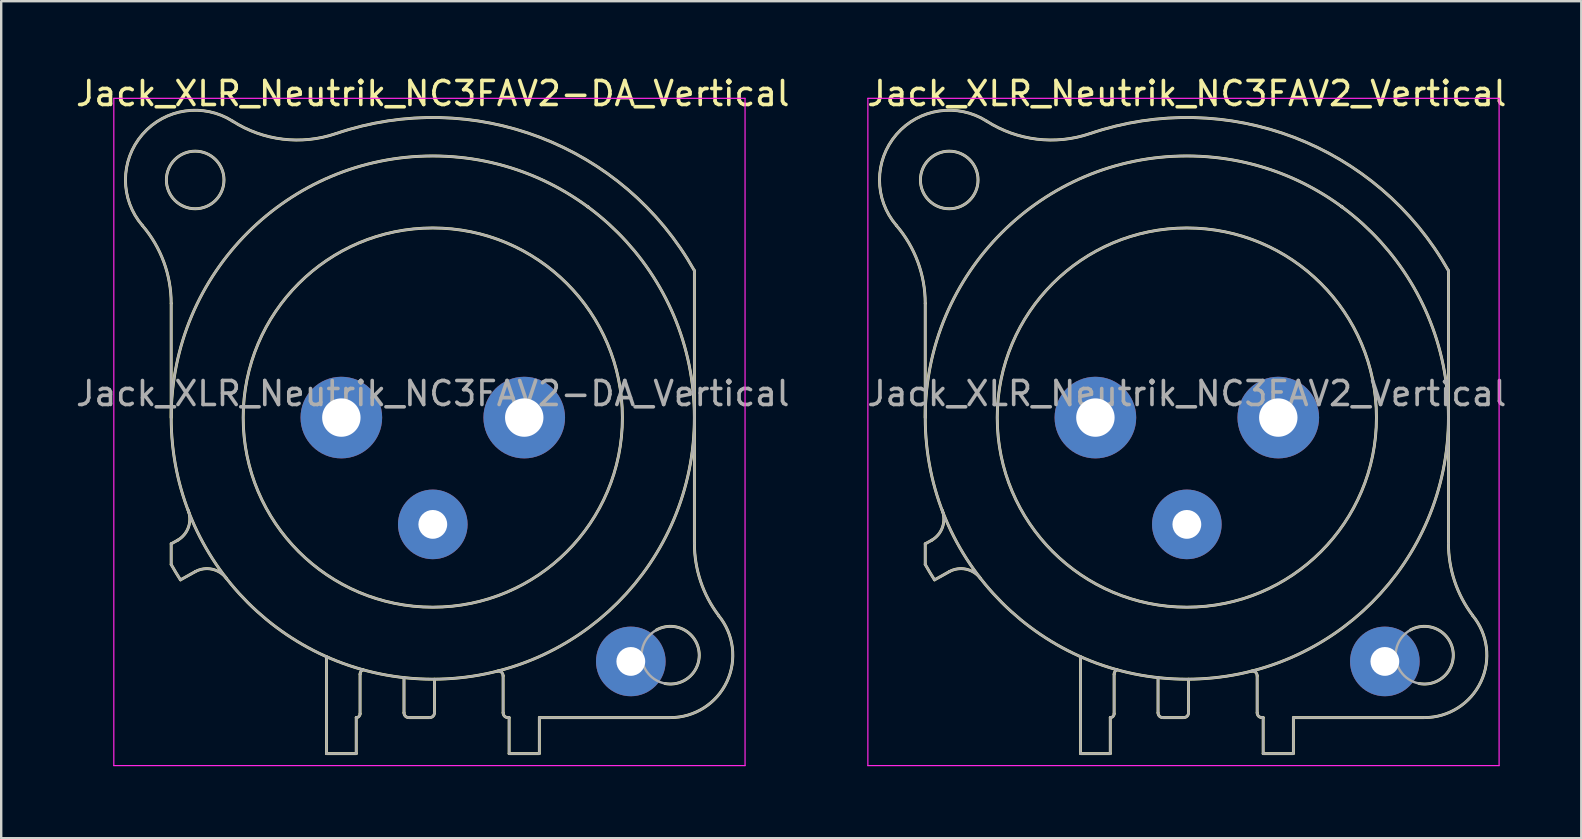
<source format=kicad_pcb>
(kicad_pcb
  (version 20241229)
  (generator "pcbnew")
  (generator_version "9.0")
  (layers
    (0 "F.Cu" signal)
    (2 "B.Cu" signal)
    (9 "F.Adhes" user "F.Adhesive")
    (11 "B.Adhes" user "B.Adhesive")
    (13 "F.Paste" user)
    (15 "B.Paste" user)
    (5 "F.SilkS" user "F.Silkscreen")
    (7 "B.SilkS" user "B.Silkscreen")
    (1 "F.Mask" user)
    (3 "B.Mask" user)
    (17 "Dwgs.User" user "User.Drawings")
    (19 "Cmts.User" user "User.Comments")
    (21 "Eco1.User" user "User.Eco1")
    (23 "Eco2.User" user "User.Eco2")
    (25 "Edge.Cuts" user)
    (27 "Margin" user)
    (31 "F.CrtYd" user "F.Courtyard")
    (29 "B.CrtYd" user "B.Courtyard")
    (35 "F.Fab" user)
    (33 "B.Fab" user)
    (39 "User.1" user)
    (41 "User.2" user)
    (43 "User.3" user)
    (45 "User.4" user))
  (footprint "Jack_XLR_Neutrik_NC3FAV2-DA_Vertical"
    (layer "F.Cu")
    (at 18.792 14.348)
    (property "Reference" "Jack_XLR_Neutrik_NC3FAV2-DA_Vertical" (at -3.81 -13.5 0) (layer "F.SilkS") (effects (font (size 1 1) (thickness 0.15))))
    (attr through_hole)
    (fp_line (start -14.71 0) (end -14.71 -4.76) (stroke (width 0.12) (type solid)) (layer "F.SilkS"))
    (fp_line (start -14.71 5.26) (end -14.71 6.12) (stroke (width 0.12) (type solid)) (layer "F.SilkS"))
    (fp_line (start -14.44 5.11) (end -14.71 5.26) (stroke (width 0.12) (type solid)) (layer "F.SilkS"))
    (fp_line (start -14.32 6.76) (end -13.71 6.42) (stroke (width 0.12) (type solid)) (layer "F.SilkS"))
    (fp_line (start -8.24 9.96) (end -8.24 14) (stroke (width 0.12) (type solid)) (layer "F.SilkS"))
    (fp_line (start -7 12.5) (end -7 14) (stroke (width 0.12) (type solid)) (layer "F.SilkS"))
    (fp_line (start -7 14) (end -8.24 14) (stroke (width 0.12) (type solid)) (layer "F.SilkS"))
    (fp_line (start -6.84 12.34) (end -6.84 10.69) (stroke (width 0.12) (type solid)) (layer "F.SilkS"))
    (fp_line (start -5.01 10.83) (end -5.01 12.3) (stroke (width 0.12) (type solid)) (layer "F.SilkS"))
    (fp_line (start -3.94 12.5) (end -4.81 12.5) (stroke (width 0.12) (type solid)) (layer "F.SilkS"))
    (fp_line (start -3.74 10.9) (end -3.74 12.3) (stroke (width 0.12) (type solid)) (layer "F.SilkS"))
    (fp_line (start -0.88 12.3) (end -0.88 10.76) (stroke (width 0.12) (type solid)) (layer "F.SilkS"))
    (fp_line (start -0.63 12.5) (end -0.68 12.5) (stroke (width 0.12) (type solid)) (layer "F.SilkS"))
    (fp_line (start -0.63 12.5) (end -0.63 14) (stroke (width 0.12) (type solid)) (layer "F.SilkS"))
    (fp_line (start 0.62 14) (end -0.63 14) (stroke (width 0.12) (type solid)) (layer "F.SilkS"))
    (fp_line (start 0.63 12.5) (end 6.09 12.5) (stroke (width 0.12) (type solid)) (layer "F.SilkS"))
    (fp_line (start 0.63 14) (end 0.63 12.5) (stroke (width 0.12) (type solid)) (layer "F.SilkS"))
    (fp_line (start 7.09 5.24) (end 7.09 -6.12) (stroke (width 0.12) (type solid)) (layer "F.SilkS"))
    (fp_arc (start -15.908829 -8.000856) (mid -15.019313 -6.48774) (end -14.71 -4.76) (stroke (width 0.12) (type solid)) (layer "F.SilkS"))
    (fp_arc (start -15.908236 -8.001617) (mid -15.907486 -11.799251) (end -12.15 -12.35) (stroke (width 0.12) (type solid)) (layer "F.SilkS"))
    (fp_arc (start -14.32314 6.763008) (mid -14.521396 6.444407) (end -14.71 6.12) (stroke (width 0.12) (type solid)) (layer "F.SilkS"))
    (fp_arc (start -14.004283 3.855674) (mid -13.989213 4.56375) (end -14.44 5.11) (stroke (width 0.12) (type solid)) (layer "F.SilkS"))
    (fp_arc (start -13.71 6.42) (mid -13.01025 6.315915) (end -12.412202 6.693832) (stroke (width 0.12) (type solid)) (layer "F.SilkS"))
    (fp_arc (start -7.848035 -11.831177) (mid -10.058192 -11.599923) (end -12.15 -12.35) (stroke (width 0.12) (type solid)) (layer "F.SilkS"))
    (fp_arc (start -7.841153 -11.83276) (mid 0.657009 -11.675197) (end 7.09 -6.12) (stroke (width 0.12) (type solid)) (layer "F.SilkS"))
    (fp_arc (start -6.84 10.69) (mid -6.803713 10.578321) (end -6.708713 10.509299) (stroke (width 0.12) (type solid)) (layer "F.SilkS"))
    (fp_arc (start -6.84 12.34) (mid -6.886863 12.453137) (end -7 12.5) (stroke (width 0.12) (type solid)) (layer "F.SilkS"))
    (fp_arc (start -4.81 12.5) (mid -4.951421 12.441421) (end -5.01 12.3) (stroke (width 0.12) (type solid)) (layer "F.SilkS"))
    (fp_arc (start -3.74 12.3) (mid -3.798579 12.441421) (end -3.94 12.5) (stroke (width 0.12) (type solid)) (layer "F.SilkS"))
    (fp_arc (start -1.1294 10.566197) (mid -0.957281 10.602076) (end -0.88 10.76) (stroke (width 0.12) (type solid)) (layer "F.SilkS"))
    (fp_arc (start -0.68 12.5) (mid -0.821421 12.441421) (end -0.88 12.3) (stroke (width 0.12) (type solid)) (layer "F.SilkS"))
    (fp_arc (start 2.636924 -8.782671) (mid 2.628394 -8.791269) (end 2.62 -8.8) (stroke (width 0.12) (type solid)) (layer "F.SilkS"))
    (fp_arc (start 2.680052 -8.767734) (mid 2.65973 -8.7835) (end 2.64 -8.8) (stroke (width 0.12) (type solid)) (layer "F.SilkS"))
    (fp_arc (start 5.507701 8.848226) (mid 7.277502 9.712546) (end 5.86 11.08) (stroke (width 0.12) (type solid)) (layer "F.SilkS"))
    (fp_arc (start 8.095865 8.245761) (mid 8.441704 11.008824) (end 6.09 12.5) (stroke (width 0.12) (type solid)) (layer "F.SilkS"))
    (fp_arc (start 8.098032 8.243976) (mid 7.348729 6.824298) (end 7.09 5.24) (stroke (width 0.12) (type solid)) (layer "F.SilkS"))
    (fp_circle (center -13.71 -9.9) (end -12.51 -9.9) (stroke (width 0.12) (type solid)) (fill no) (layer "F.SilkS"))
    (fp_circle (center -3.81 0) (end 4.09 0) (stroke (width 0.12) (type solid)) (fill no) (layer "F.SilkS"))
    (fp_circle (center -3.81 0) (end 7.09 0) (stroke (width 0.12) (type solid)) (fill no) (layer "F.SilkS"))
    (fp_line (start -17.1 -13.3) (end 9.2 -13.3) (stroke (width 0.05) (type solid)) (layer "F.CrtYd"))
    (fp_line (start -17.1 14.5) (end -17.1 -13.3) (stroke (width 0.05) (type solid)) (layer "F.CrtYd"))
    (fp_line (start 9.2 -13.3) (end 9.2 14.5) (stroke (width 0.05) (type solid)) (layer "F.CrtYd"))
    (fp_line (start 9.2 14.5) (end -17.1 14.5) (stroke (width 0.05) (type solid)) (layer "F.CrtYd"))
    (fp_line (start -14.71 0) (end -14.71 -4.76) (stroke (width 0.1) (type solid)) (layer "F.Fab"))
    (fp_line (start -14.71 5.26) (end -14.71 6.12) (stroke (width 0.1) (type solid)) (layer "F.Fab"))
    (fp_line (start -14.44 5.11) (end -14.71 5.26) (stroke (width 0.1) (type solid)) (layer "F.Fab"))
    (fp_line (start -14.32 6.76) (end -13.71 6.42) (stroke (width 0.1) (type solid)) (layer "F.Fab"))
    (fp_line (start -8.24 9.96) (end -8.24 14) (stroke (width 0.1) (type solid)) (layer "F.Fab"))
    (fp_line (start -7 12.5) (end -7 14) (stroke (width 0.1) (type solid)) (layer "F.Fab"))
    (fp_line (start -7 14) (end -8.24 14) (stroke (width 0.1) (type solid)) (layer "F.Fab"))
    (fp_line (start -6.84 12.34) (end -6.84 10.69) (stroke (width 0.1) (type solid)) (layer "F.Fab"))
    (fp_line (start -5.01 10.83) (end -5.01 12.3) (stroke (width 0.1) (type solid)) (layer "F.Fab"))
    (fp_line (start -3.94 12.5) (end -4.81 12.5) (stroke (width 0.1) (type solid)) (layer "F.Fab"))
    (fp_line (start -3.74 10.9) (end -3.74 12.3) (stroke (width 0.1) (type solid)) (layer "F.Fab"))
    (fp_line (start -0.88 12.3) (end -0.88 10.76) (stroke (width 0.1) (type solid)) (layer "F.Fab"))
    (fp_line (start -0.63 12.5) (end -0.68 12.5) (stroke (width 0.1) (type solid)) (layer "F.Fab"))
    (fp_line (start -0.63 12.5) (end -0.63 14) (stroke (width 0.1) (type solid)) (layer "F.Fab"))
    (fp_line (start 0.62 14) (end -0.63 14) (stroke (width 0.1) (type solid)) (layer "F.Fab"))
    (fp_line (start 0.63 12.5) (end 6.09 12.5) (stroke (width 0.1) (type solid)) (layer "F.Fab"))
    (fp_line (start 0.63 14) (end 0.63 12.5) (stroke (width 0.1) (type solid)) (layer "F.Fab"))
    (fp_line (start 7.09 5.24) (end 7.09 -6.12) (stroke (width 0.1) (type solid)) (layer "F.Fab"))
    (fp_arc (start -15.908829 -8.000856) (mid -15.019313 -6.48774) (end -14.71 -4.76) (stroke (width 0.1) (type solid)) (layer "F.Fab"))
    (fp_arc (start -15.908236 -8.001617) (mid -15.907486 -11.799251) (end -12.15 -12.35) (stroke (width 0.1) (type solid)) (layer "F.Fab"))
    (fp_arc (start -14.32314 6.763008) (mid -14.521396 6.444407) (end -14.71 6.12) (stroke (width 0.1) (type solid)) (layer "F.Fab"))
    (fp_arc (start -14.004283 3.855674) (mid -13.989213 4.56375) (end -14.44 5.11) (stroke (width 0.1) (type solid)) (layer "F.Fab"))
    (fp_arc (start -13.71 6.42) (mid -13.01025 6.315915) (end -12.412202 6.693832) (stroke (width 0.1) (type solid)) (layer "F.Fab"))
    (fp_arc (start -7.848035 -11.831177) (mid -10.058192 -11.599923) (end -12.15 -12.35) (stroke (width 0.1) (type solid)) (layer "F.Fab"))
    (fp_arc (start -7.841153 -11.83276) (mid 0.657009 -11.675197) (end 7.09 -6.12) (stroke (width 0.1) (type solid)) (layer "F.Fab"))
    (fp_arc (start -6.84 10.69) (mid -6.803713 10.578321) (end -6.708713 10.509299) (stroke (width 0.1) (type solid)) (layer "F.Fab"))
    (fp_arc (start -6.84 12.34) (mid -6.886863 12.453137) (end -7 12.5) (stroke (width 0.1) (type solid)) (layer "F.Fab"))
    (fp_arc (start -4.81 12.5) (mid -4.951421 12.441421) (end -5.01 12.3) (stroke (width 0.1) (type solid)) (layer "F.Fab"))
    (fp_arc (start -3.74 12.3) (mid -3.798579 12.441421) (end -3.94 12.5) (stroke (width 0.1) (type solid)) (layer "F.Fab"))
    (fp_arc (start -1.1294 10.566197) (mid -0.957281 10.602076) (end -0.88 10.76) (stroke (width 0.1) (type solid)) (layer "F.Fab"))
    (fp_arc (start -0.68 12.5) (mid -0.821421 12.441421) (end -0.88 12.3) (stroke (width 0.1) (type solid)) (layer "F.Fab"))
    (fp_arc (start 2.636924 -8.782671) (mid 2.628394 -8.791269) (end 2.62 -8.8) (stroke (width 0.1) (type solid)) (layer "F.Fab"))
    (fp_arc (start 2.680052 -8.767734) (mid 2.65973 -8.7835) (end 2.64 -8.8) (stroke (width 0.1) (type solid)) (layer "F.Fab"))
    (fp_arc (start 8.095865 8.245761) (mid 8.441704 11.008824) (end 6.09 12.5) (stroke (width 0.1) (type solid)) (layer "F.Fab"))
    (fp_arc (start 8.098032 8.243976) (mid 7.348729 6.824298) (end 7.09 5.24) (stroke (width 0.1) (type solid)) (layer "F.Fab"))
    (fp_circle (center -13.71 -9.9) (end -12.51 -9.9) (stroke (width 0.1) (type solid)) (fill no) (layer "F.Fab"))
    (fp_circle (center -3.81 0) (end 4.09 0) (stroke (width 0.1) (type solid)) (fill no) (layer "F.Fab"))
    (fp_circle (center -3.81 0) (end 7.09 0) (stroke (width 0.1) (type solid)) (fill no) (layer "F.Fab"))
    (fp_circle (center 6.09 9.9) (end 7.29 9.9) (stroke (width 0.1) (type solid)) (fill no) (layer "F.Fab"))
    (fp_text user "${REFERENCE}" (at -3.81 -1 0) (layer "F.Fab") (effects (font (size 1 1) (thickness 0.15))))
    (pad "1" thru_hole circle (at 0 0) (size 3.4 3.4) (drill 1.6) (layers "*.Cu" "*.Mask"))
    (pad "2" thru_hole circle (at -7.62 0) (size 3.4 3.4) (drill 1.6) (layers "*.Cu" "*.Mask"))
    (pad "3" thru_hole circle (at -3.81 4.45) (size 2.9 2.9) (drill 1.2) (layers "*.Cu" "*.Mask"))
    (pad "G" thru_hole circle (at 4.44 10.16) (size 2.9 2.9) (drill 1.2) (layers "*.Cu" "*.Mask")))
  (footprint "Jack_XLR_Neutrik_NC3FAV2_Vertical"
    (layer "F.Cu")
    (at 50.209 14.348)
    (property "Reference" "Jack_XLR_Neutrik_NC3FAV2_Vertical" (at -3.81 -13.5 0) (layer "F.SilkS") (effects (font (size 1 1) (thickness 0.15))))
    (attr through_hole)
    (fp_line (start -14.71 0) (end -14.71 -4.76) (stroke (width 0.12) (type solid)) (layer "F.SilkS"))
    (fp_line (start -14.71 5.26) (end -14.71 6.12) (stroke (width 0.12) (type solid)) (layer "F.SilkS"))
    (fp_line (start -14.44 5.11) (end -14.71 5.26) (stroke (width 0.12) (type solid)) (layer "F.SilkS"))
    (fp_line (start -14.32 6.76) (end -13.71 6.42) (stroke (width 0.12) (type solid)) (layer "F.SilkS"))
    (fp_line (start -8.24 9.96) (end -8.24 14) (stroke (width 0.12) (type solid)) (layer "F.SilkS"))
    (fp_line (start -7 12.5) (end -7 14) (stroke (width 0.12) (type solid)) (layer "F.SilkS"))
    (fp_line (start -7 14) (end -8.24 14) (stroke (width 0.12) (type solid)) (layer "F.SilkS"))
    (fp_line (start -6.84 12.34) (end -6.84 10.69) (stroke (width 0.12) (type solid)) (layer "F.SilkS"))
    (fp_line (start -5.01 10.83) (end -5.01 12.3) (stroke (width 0.12) (type solid)) (layer "F.SilkS"))
    (fp_line (start -3.94 12.5) (end -4.81 12.5) (stroke (width 0.12) (type solid)) (layer "F.SilkS"))
    (fp_line (start -3.74 10.9) (end -3.74 12.3) (stroke (width 0.12) (type solid)) (layer "F.SilkS"))
    (fp_line (start -0.88 12.3) (end -0.88 10.76) (stroke (width 0.12) (type solid)) (layer "F.SilkS"))
    (fp_line (start -0.63 12.5) (end -0.68 12.5) (stroke (width 0.12) (type solid)) (layer "F.SilkS"))
    (fp_line (start -0.63 12.5) (end -0.63 14) (stroke (width 0.12) (type solid)) (layer "F.SilkS"))
    (fp_line (start 0.62 14) (end -0.63 14) (stroke (width 0.12) (type solid)) (layer "F.SilkS"))
    (fp_line (start 0.63 12.5) (end 6.09 12.5) (stroke (width 0.12) (type solid)) (layer "F.SilkS"))
    (fp_line (start 0.63 14) (end 0.63 12.5) (stroke (width 0.12) (type solid)) (layer "F.SilkS"))
    (fp_line (start 7.09 5.24) (end 7.09 -6.12) (stroke (width 0.12) (type solid)) (layer "F.SilkS"))
    (fp_arc (start -15.908829 -8.000856) (mid -15.019313 -6.48774) (end -14.71 -4.76) (stroke (width 0.12) (type solid)) (layer "F.SilkS"))
    (fp_arc (start -15.908236 -8.001617) (mid -15.907486 -11.799251) (end -12.15 -12.35) (stroke (width 0.12) (type solid)) (layer "F.SilkS"))
    (fp_arc (start -14.32314 6.763008) (mid -14.521396 6.444407) (end -14.71 6.12) (stroke (width 0.12) (type solid)) (layer "F.SilkS"))
    (fp_arc (start -14.004283 3.855674) (mid -13.989213 4.56375) (end -14.44 5.11) (stroke (width 0.12) (type solid)) (layer "F.SilkS"))
    (fp_arc (start -13.71 6.42) (mid -13.01025 6.315915) (end -12.412202 6.693832) (stroke (width 0.12) (type solid)) (layer "F.SilkS"))
    (fp_arc (start -7.848035 -11.831177) (mid -10.058192 -11.599923) (end -12.15 -12.35) (stroke (width 0.12) (type solid)) (layer "F.SilkS"))
    (fp_arc (start -7.841153 -11.83276) (mid 0.657009 -11.675197) (end 7.09 -6.12) (stroke (width 0.12) (type solid)) (layer "F.SilkS"))
    (fp_arc (start -6.84 10.69) (mid -6.803713 10.578321) (end -6.708713 10.509299) (stroke (width 0.12) (type solid)) (layer "F.SilkS"))
    (fp_arc (start -6.84 12.34) (mid -6.886863 12.453137) (end -7 12.5) (stroke (width 0.12) (type solid)) (layer "F.SilkS"))
    (fp_arc (start -4.81 12.5) (mid -4.951421 12.441421) (end -5.01 12.3) (stroke (width 0.12) (type solid)) (layer "F.SilkS"))
    (fp_arc (start -3.74 12.3) (mid -3.798579 12.441421) (end -3.94 12.5) (stroke (width 0.12) (type solid)) (layer "F.SilkS"))
    (fp_arc (start -1.1294 10.566197) (mid -0.957281 10.602076) (end -0.88 10.76) (stroke (width 0.12) (type solid)) (layer "F.SilkS"))
    (fp_arc (start -0.68 12.5) (mid -0.821421 12.441421) (end -0.88 12.3) (stroke (width 0.12) (type solid)) (layer "F.SilkS"))
    (fp_arc (start 2.636924 -8.782671) (mid 2.628394 -8.791269) (end 2.62 -8.8) (stroke (width 0.12) (type solid)) (layer "F.SilkS"))
    (fp_arc (start 2.680052 -8.767734) (mid 2.65973 -8.7835) (end 2.64 -8.8) (stroke (width 0.12) (type solid)) (layer "F.SilkS"))
    (fp_arc (start 5.507701 8.848226) (mid 7.277502 9.712546) (end 5.86 11.08) (stroke (width 0.12) (type solid)) (layer "F.SilkS"))
    (fp_arc (start 8.095865 8.245761) (mid 8.441704 11.008824) (end 6.09 12.5) (stroke (width 0.12) (type solid)) (layer "F.SilkS"))
    (fp_arc (start 8.098032 8.243976) (mid 7.348729 6.824298) (end 7.09 5.24) (stroke (width 0.12) (type solid)) (layer "F.SilkS"))
    (fp_circle (center -13.71 -9.9) (end -12.51 -9.9) (stroke (width 0.12) (type solid)) (fill no) (layer "F.SilkS"))
    (fp_circle (center -3.81 0) (end 4.09 0) (stroke (width 0.12) (type solid)) (fill no) (layer "F.SilkS"))
    (fp_circle (center -3.81 0) (end 7.09 0) (stroke (width 0.12) (type solid)) (fill no) (layer "F.SilkS"))
    (fp_line (start -17.1 -13.3) (end 9.2 -13.3) (stroke (width 0.05) (type solid)) (layer "F.CrtYd"))
    (fp_line (start -17.1 14.5) (end -17.1 -13.3) (stroke (width 0.05) (type solid)) (layer "F.CrtYd"))
    (fp_line (start 9.2 -13.3) (end 9.2 14.5) (stroke (width 0.05) (type solid)) (layer "F.CrtYd"))
    (fp_line (start 9.2 14.5) (end -17.1 14.5) (stroke (width 0.05) (type solid)) (layer "F.CrtYd"))
    (fp_line (start -14.71 0) (end -14.71 -4.76) (stroke (width 0.1) (type solid)) (layer "F.Fab"))
    (fp_line (start -14.71 5.26) (end -14.71 6.12) (stroke (width 0.1) (type solid)) (layer "F.Fab"))
    (fp_line (start -14.44 5.11) (end -14.71 5.26) (stroke (width 0.1) (type solid)) (layer "F.Fab"))
    (fp_line (start -14.32 6.76) (end -13.71 6.42) (stroke (width 0.1) (type solid)) (layer "F.Fab"))
    (fp_line (start -8.24 9.96) (end -8.24 14) (stroke (width 0.1) (type solid)) (layer "F.Fab"))
    (fp_line (start -7 12.5) (end -7 14) (stroke (width 0.1) (type solid)) (layer "F.Fab"))
    (fp_line (start -7 14) (end -8.24 14) (stroke (width 0.1) (type solid)) (layer "F.Fab"))
    (fp_line (start -6.84 12.34) (end -6.84 10.69) (stroke (width 0.1) (type solid)) (layer "F.Fab"))
    (fp_line (start -5.01 10.83) (end -5.01 12.3) (stroke (width 0.1) (type solid)) (layer "F.Fab"))
    (fp_line (start -3.94 12.5) (end -4.81 12.5) (stroke (width 0.1) (type solid)) (layer "F.Fab"))
    (fp_line (start -3.74 10.9) (end -3.74 12.3) (stroke (width 0.1) (type solid)) (layer "F.Fab"))
    (fp_line (start -0.88 12.3) (end -0.88 10.76) (stroke (width 0.1) (type solid)) (layer "F.Fab"))
    (fp_line (start -0.63 12.5) (end -0.68 12.5) (stroke (width 0.1) (type solid)) (layer "F.Fab"))
    (fp_line (start -0.63 12.5) (end -0.63 14) (stroke (width 0.1) (type solid)) (layer "F.Fab"))
    (fp_line (start 0.62 14) (end -0.63 14) (stroke (width 0.1) (type solid)) (layer "F.Fab"))
    (fp_line (start 0.63 12.5) (end 6.09 12.5) (stroke (width 0.1) (type solid)) (layer "F.Fab"))
    (fp_line (start 0.63 14) (end 0.63 12.5) (stroke (width 0.1) (type solid)) (layer "F.Fab"))
    (fp_line (start 7.09 5.24) (end 7.09 -6.12) (stroke (width 0.1) (type solid)) (layer "F.Fab"))
    (fp_arc (start -15.908829 -8.000856) (mid -15.019313 -6.48774) (end -14.71 -4.76) (stroke (width 0.1) (type solid)) (layer "F.Fab"))
    (fp_arc (start -15.908236 -8.001617) (mid -15.907486 -11.799251) (end -12.15 -12.35) (stroke (width 0.1) (type solid)) (layer "F.Fab"))
    (fp_arc (start -14.32314 6.763008) (mid -14.521396 6.444407) (end -14.71 6.12) (stroke (width 0.1) (type solid)) (layer "F.Fab"))
    (fp_arc (start -14.004283 3.855674) (mid -13.989213 4.56375) (end -14.44 5.11) (stroke (width 0.1) (type solid)) (layer "F.Fab"))
    (fp_arc (start -13.71 6.42) (mid -13.01025 6.315915) (end -12.412202 6.693832) (stroke (width 0.1) (type solid)) (layer "F.Fab"))
    (fp_arc (start -7.848035 -11.831177) (mid -10.058192 -11.599923) (end -12.15 -12.35) (stroke (width 0.1) (type solid)) (layer "F.Fab"))
    (fp_arc (start -7.841153 -11.83276) (mid 0.657009 -11.675197) (end 7.09 -6.12) (stroke (width 0.1) (type solid)) (layer "F.Fab"))
    (fp_arc (start -6.84 10.69) (mid -6.803713 10.578321) (end -6.708713 10.509299) (stroke (width 0.1) (type solid)) (layer "F.Fab"))
    (fp_arc (start -6.84 12.34) (mid -6.886863 12.453137) (end -7 12.5) (stroke (width 0.1) (type solid)) (layer "F.Fab"))
    (fp_arc (start -4.81 12.5) (mid -4.951421 12.441421) (end -5.01 12.3) (stroke (width 0.1) (type solid)) (layer "F.Fab"))
    (fp_arc (start -3.74 12.3) (mid -3.798579 12.441421) (end -3.94 12.5) (stroke (width 0.1) (type solid)) (layer "F.Fab"))
    (fp_arc (start -1.1294 10.566197) (mid -0.957281 10.602076) (end -0.88 10.76) (stroke (width 0.1) (type solid)) (layer "F.Fab"))
    (fp_arc (start -0.68 12.5) (mid -0.821421 12.441421) (end -0.88 12.3) (stroke (width 0.1) (type solid)) (layer "F.Fab"))
    (fp_arc (start 2.636924 -8.782671) (mid 2.628394 -8.791269) (end 2.62 -8.8) (stroke (width 0.1) (type solid)) (layer "F.Fab"))
    (fp_arc (start 2.680052 -8.767734) (mid 2.65973 -8.7835) (end 2.64 -8.8) (stroke (width 0.1) (type solid)) (layer "F.Fab"))
    (fp_arc (start 8.095865 8.245761) (mid 8.441704 11.008824) (end 6.09 12.5) (stroke (width 0.1) (type solid)) (layer "F.Fab"))
    (fp_arc (start 8.098032 8.243976) (mid 7.348729 6.824298) (end 7.09 5.24) (stroke (width 0.1) (type solid)) (layer "F.Fab"))
    (fp_circle (center -13.71 -9.9) (end -12.51 -9.9) (stroke (width 0.1) (type solid)) (fill no) (layer "F.Fab"))
    (fp_circle (center -3.81 0) (end 4.09 0) (stroke (width 0.1) (type solid)) (fill no) (layer "F.Fab"))
    (fp_circle (center -3.81 0) (end 7.09 0) (stroke (width 0.1) (type solid)) (fill no) (layer "F.Fab"))
    (fp_circle (center 6.09 9.9) (end 7.29 9.9) (stroke (width 0.1) (type solid)) (fill no) (layer "F.Fab"))
    (fp_text user "${REFERENCE}" (at -3.81 -1 0) (layer "F.Fab") (effects (font (size 1 1) (thickness 0.15))))
    (pad "1" thru_hole circle (at 0 0) (size 3.4 3.4) (drill 1.6) (layers "*.Cu" "*.Mask"))
    (pad "2" thru_hole circle (at -7.62 0) (size 3.4 3.4) (drill 1.6) (layers "*.Cu" "*.Mask"))
    (pad "3" thru_hole circle (at -3.81 4.45) (size 2.9 2.9) (drill 1.2) (layers "*.Cu" "*.Mask"))
    (pad "G" thru_hole circle (at 4.44 10.16) (size 2.9 2.9) (drill 1.2) (layers "*.Cu" "*.Mask")))
  (gr_rect
    (start -3 -3)
    (end 62.833 31.873)
    (stroke (width 0.1) (type default))
    (fill no)
    (layer "Edge.Cuts")))
</source>
